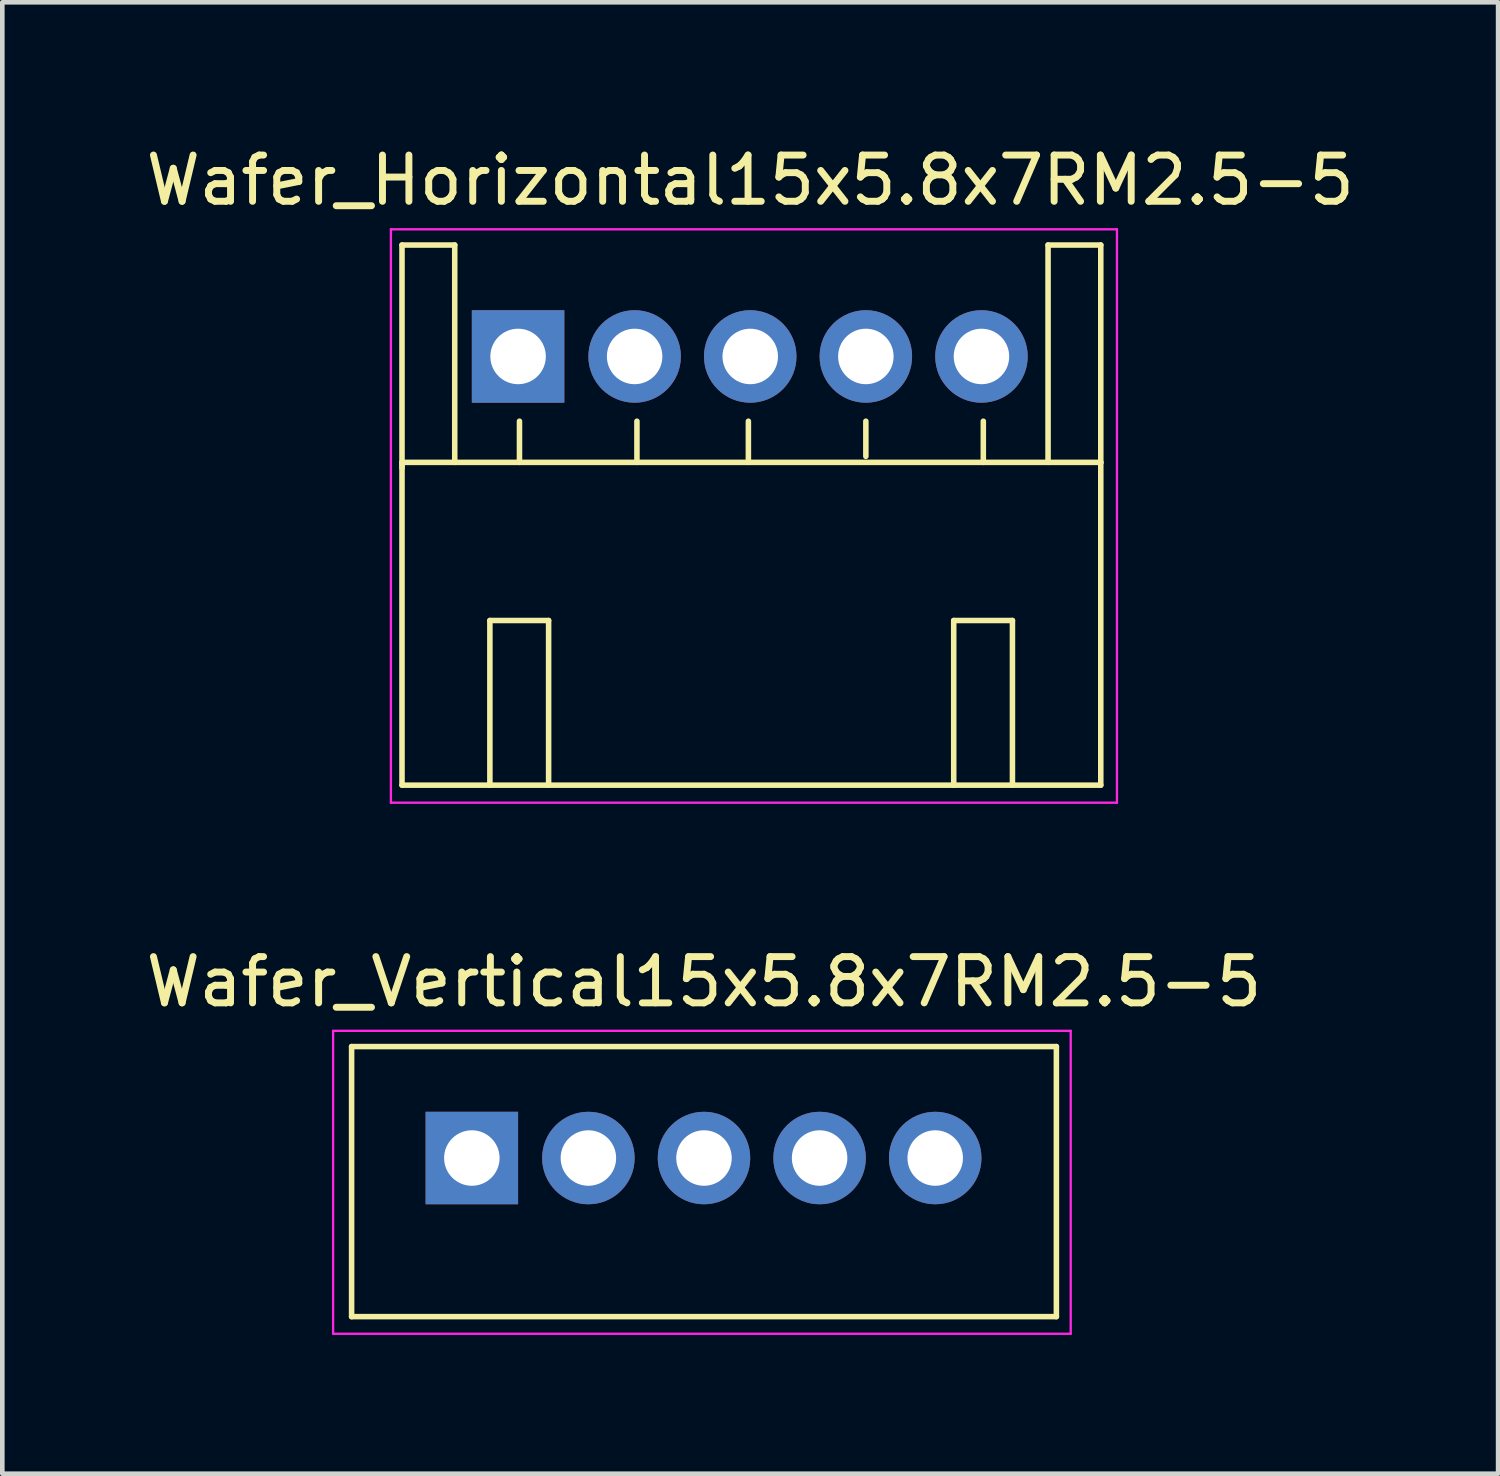
<source format=kicad_pcb>
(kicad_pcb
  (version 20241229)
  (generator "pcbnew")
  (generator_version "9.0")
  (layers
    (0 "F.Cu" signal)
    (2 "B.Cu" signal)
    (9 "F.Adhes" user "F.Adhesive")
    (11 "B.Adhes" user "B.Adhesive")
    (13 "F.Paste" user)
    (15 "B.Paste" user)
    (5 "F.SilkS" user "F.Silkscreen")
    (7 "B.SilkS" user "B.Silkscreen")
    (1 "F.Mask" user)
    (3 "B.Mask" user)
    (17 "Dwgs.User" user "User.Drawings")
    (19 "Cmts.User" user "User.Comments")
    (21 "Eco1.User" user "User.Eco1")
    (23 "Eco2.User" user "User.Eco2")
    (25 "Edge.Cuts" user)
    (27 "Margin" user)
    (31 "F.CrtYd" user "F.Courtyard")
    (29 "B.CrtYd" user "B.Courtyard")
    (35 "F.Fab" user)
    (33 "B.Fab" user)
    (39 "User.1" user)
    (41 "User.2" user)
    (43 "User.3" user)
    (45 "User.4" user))
  (footprint "Wafer_Vertical15x5.8x7RM2.5-5"
    (layer "F.Cu")
    (at 7.153 21.991)
    (property "Reference" "Wafer_Vertical15x5.8x7RM2.5-5" (at 5.02 -3.81 0) (layer "F.SilkS") (effects (font (size 1 1) (thickness 0.15))))
    (attr through_hole)
    (fp_line (start -2.6 -2.41) (end -2.6 3.43) (stroke (width 0.12) (type solid)) (layer "F.SilkS"))
    (fp_line (start -2.6 -2.41) (end 12.64 -2.41) (stroke (width 0.12) (type solid)) (layer "F.SilkS"))
    (fp_line (start 12.64 -2.41) (end 12.64 3.43) (stroke (width 0.12) (type solid)) (layer "F.SilkS"))
    (fp_line (start 12.64 3.43) (end -2.6 3.43) (stroke (width 0.12) (type solid)) (layer "F.SilkS"))
    (fp_line (start -3 -2.75) (end 12.95 -2.75) (stroke (width 0.05) (type solid)) (layer "F.CrtYd"))
    (fp_line (start -3 3.8) (end -3 -2.75) (stroke (width 0.05) (type solid)) (layer "F.CrtYd"))
    (fp_line (start 12.95 -2.75) (end 12.95 3.8) (stroke (width 0.05) (type solid)) (layer "F.CrtYd"))
    (fp_line (start 12.95 3.8) (end -3 3.8) (stroke (width 0.05) (type solid)) (layer "F.CrtYd"))
    (pad "1" thru_hole rect (at 0 0) (size 2 2) (drill 1.2) (layers "*.Cu" "*.Mask"))
    (pad "2" thru_hole circle (at 2.52 0) (size 2 2) (drill 1.2) (layers "*.Cu" "*.Mask"))
    (pad "3" thru_hole circle (at 5.02 0) (size 2 2) (drill 1.2) (layers "*.Cu" "*.Mask"))
    (pad "4" thru_hole circle (at 7.52 0) (size 2 2) (drill 1.2) (layers "*.Cu" "*.Mask"))
    (pad "5" thru_hole circle (at 10.02 0) (size 2 2) (drill 1.2) (layers "*.Cu" "*.Mask")))
  (footprint "Wafer_Horizontal15x5.8x7RM2.5-5"
    (layer "F.Cu")
    (at 8.153 4.658)
    (property "Reference" "Wafer_Horizontal15x5.8x7RM2.5-5" (at 5.02 -3.81 0) (layer "F.SilkS") (effects (font (size 1 1) (thickness 0.15))))
    (attr through_hole)
    (fp_line (start -2.51 -2.41) (end -1.37 -2.41) (stroke (width 0.12) (type solid)) (layer "F.SilkS"))
    (fp_line (start -2.51 2.29) (end 12.6 2.29) (stroke (width 0.12) (type solid)) (layer "F.SilkS"))
    (fp_line (start -2.51 2.41) (end -2.51 -2.41) (stroke (width 0.12) (type solid)) (layer "F.SilkS"))
    (fp_line (start -2.51 9.27) (end -2.51 2.29) (stroke (width 0.12) (type solid)) (layer "F.SilkS"))
    (fp_line (start -1.37 -2.41) (end -1.37 2.29) (stroke (width 0.12) (type solid)) (layer "F.SilkS"))
    (fp_line (start -0.61 5.71) (end 0.66 5.71) (stroke (width 0.12) (type solid)) (layer "F.SilkS"))
    (fp_line (start -0.61 9.27) (end -0.61 5.71) (stroke (width 0.12) (type solid)) (layer "F.SilkS"))
    (fp_line (start 0.03 2.29) (end 0.03 1.4) (stroke (width 0.12) (type solid)) (layer "F.SilkS"))
    (fp_line (start 0.66 5.71) (end 0.66 9.27) (stroke (width 0.12) (type solid)) (layer "F.SilkS"))
    (fp_line (start 2.57 1.4) (end 2.57 2.29) (stroke (width 0.12) (type solid)) (layer "F.SilkS"))
    (fp_line (start 4.98 2.29) (end 4.98 1.4) (stroke (width 0.12) (type solid)) (layer "F.SilkS"))
    (fp_line (start 7.52 2.16) (end 7.52 1.4) (stroke (width 0.12) (type solid)) (layer "F.SilkS"))
    (fp_line (start 9.42 5.71) (end 10.69 5.71) (stroke (width 0.12) (type solid)) (layer "F.SilkS"))
    (fp_line (start 9.42 9.27) (end 9.42 5.71) (stroke (width 0.12) (type solid)) (layer "F.SilkS"))
    (fp_line (start 10.06 2.29) (end 10.06 1.4) (stroke (width 0.12) (type solid)) (layer "F.SilkS"))
    (fp_line (start 10.69 5.71) (end 10.69 9.27) (stroke (width 0.12) (type solid)) (layer "F.SilkS"))
    (fp_line (start 11.46 -2.41) (end 11.46 2.29) (stroke (width 0.12) (type solid)) (layer "F.SilkS"))
    (fp_line (start 12.6 -2.41) (end 11.46 -2.41) (stroke (width 0.12) (type solid)) (layer "F.SilkS"))
    (fp_line (start 12.6 2.29) (end 12.6 -2.41) (stroke (width 0.12) (type solid)) (layer "F.SilkS"))
    (fp_line (start 12.6 2.29) (end 12.6 9.27) (stroke (width 0.12) (type solid)) (layer "F.SilkS"))
    (fp_line (start 12.6 9.27) (end -2.51 9.27) (stroke (width 0.12) (type solid)) (layer "F.SilkS"))
    (fp_line (start -2.75 -2.75) (end 12.95 -2.75) (stroke (width 0.05) (type solid)) (layer "F.CrtYd"))
    (fp_line (start -2.75 9.65) (end -2.75 -2.75) (stroke (width 0.05) (type solid)) (layer "F.CrtYd"))
    (fp_line (start 12.95 -2.75) (end 12.95 9.65) (stroke (width 0.05) (type solid)) (layer "F.CrtYd"))
    (fp_line (start 12.95 9.65) (end -2.75 9.65) (stroke (width 0.05) (type solid)) (layer "F.CrtYd"))
    (pad "1" thru_hole rect (at 0 0) (size 2 2) (drill 1.2) (layers "*.Cu" "*.Mask"))
    (pad "2" thru_hole circle (at 2.52 0) (size 2 2) (drill 1.2) (layers "*.Cu" "*.Mask"))
    (pad "3" thru_hole circle (at 5.02 0) (size 2 2) (drill 1.2) (layers "*.Cu" "*.Mask"))
    (pad "4" thru_hole circle (at 7.52 0) (size 2 2) (drill 1.2) (layers "*.Cu" "*.Mask"))
    (pad "5" thru_hole circle (at 10.02 0) (size 2 2) (drill 1.2) (layers "*.Cu" "*.Mask")))
  (gr_rect
    (start -3 -3)
    (end 29.345 28.817)
    (stroke (width 0.1) (type default))
    (fill no)
    (layer "Edge.Cuts")))
</source>
